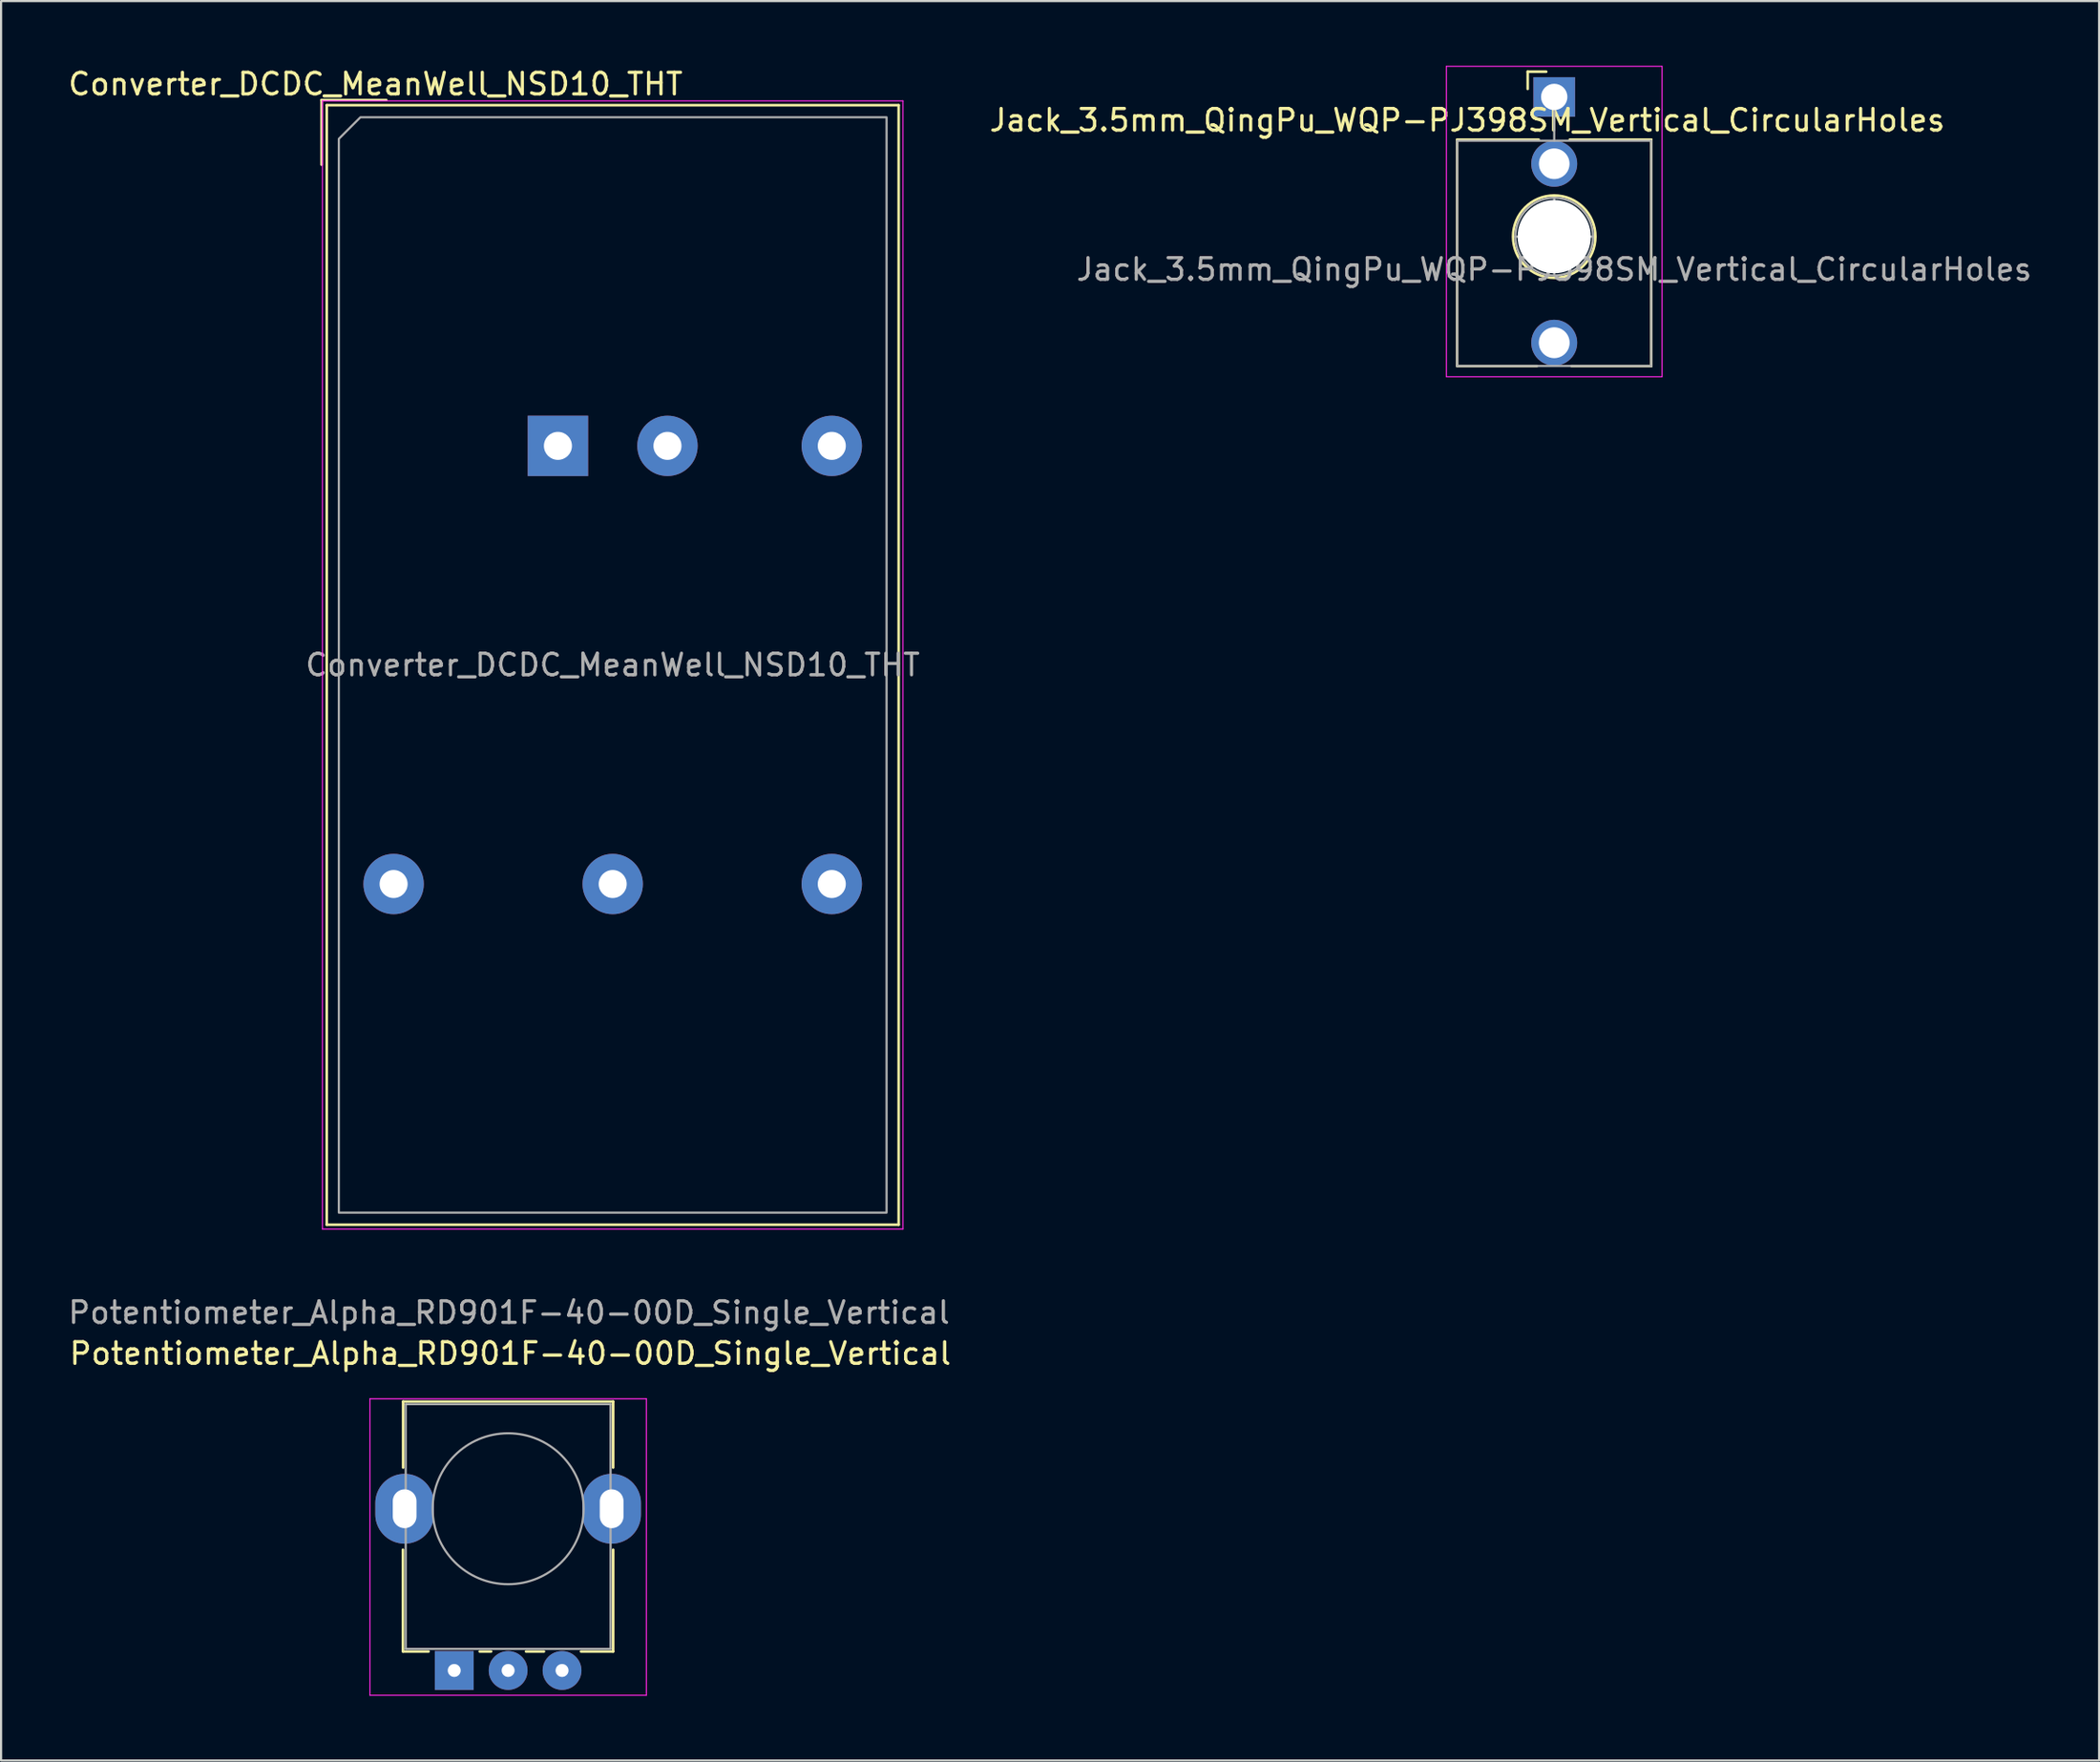
<source format=kicad_pcb>
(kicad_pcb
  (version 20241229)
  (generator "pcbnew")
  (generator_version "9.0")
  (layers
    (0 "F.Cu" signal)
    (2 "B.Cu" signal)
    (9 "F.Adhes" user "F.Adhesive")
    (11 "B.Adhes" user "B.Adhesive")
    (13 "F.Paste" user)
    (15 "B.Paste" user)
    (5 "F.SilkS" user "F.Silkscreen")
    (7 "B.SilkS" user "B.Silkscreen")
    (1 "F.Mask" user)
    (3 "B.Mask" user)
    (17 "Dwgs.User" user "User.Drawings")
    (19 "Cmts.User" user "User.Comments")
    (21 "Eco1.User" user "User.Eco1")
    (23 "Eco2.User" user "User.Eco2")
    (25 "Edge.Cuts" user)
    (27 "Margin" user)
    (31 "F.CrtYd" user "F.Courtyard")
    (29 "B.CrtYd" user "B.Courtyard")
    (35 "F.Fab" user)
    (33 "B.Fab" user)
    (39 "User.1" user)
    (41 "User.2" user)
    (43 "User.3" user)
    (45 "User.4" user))
  (footprint "Jack_3.5mm_QingPu_WQP-PJ398SM_Vertical_CircularHoles"
    (layer "F.Cu")
    (at 69.024 7.925)
    (property "Reference" "Jack_3.5mm_QingPu_WQP-PJ398SM_Vertical_CircularHoles" (at -4.03 -5.4 180) (layer "F.SilkS") (effects (font (size 1 1) (thickness 0.15))))
    (attr through_hole)
    (fp_line (start -4.5 -4.5) (end -4.5 6) (stroke (width 0.12) (type solid)) (layer "F.SilkS"))
    (fp_line (start -1.23 -7.65) (end -1.23 -6.85) (stroke (width 0.12) (type solid)) (layer "F.SilkS"))
    (fp_line (start -1.23 -7.65) (end -0.37 -7.65) (stroke (width 0.12) (type solid)) (layer "F.SilkS"))
    (fp_line (start -0.8 6) (end -4.5 6) (stroke (width 0.12) (type solid)) (layer "F.SilkS"))
    (fp_line (start -0.72 -4.5) (end -4.5 -4.5) (stroke (width 0.12) (type solid)) (layer "F.SilkS"))
    (fp_line (start 4.5 -4.5) (end 0.72 -4.5) (stroke (width 0.12) (type solid)) (layer "F.SilkS"))
    (fp_line (start 4.5 -4.5) (end 4.5 6) (stroke (width 0.12) (type solid)) (layer "F.SilkS"))
    (fp_line (start 4.5 6) (end 0.8 6) (stroke (width 0.12) (type solid)) (layer "F.SilkS"))
    (fp_circle (center 0 0) (end 1.9 -0.2) (stroke (width 0.12) (type solid)) (fill no) (layer "F.SilkS"))
    (fp_line (start -5 6.5) (end -5 -7.9) (stroke (width 0.05) (type solid)) (layer "F.CrtYd"))
    (fp_line (start 5 -7.9) (end -5 -7.9) (stroke (width 0.05) (type solid)) (layer "F.CrtYd"))
    (fp_line (start 5 6.5) (end -5 6.5) (stroke (width 0.05) (type solid)) (layer "F.CrtYd"))
    (fp_line (start 5 6.5) (end 5 -7.9) (stroke (width 0.05) (type solid)) (layer "F.CrtYd"))
    (fp_line (start -4.5 6) (end -4.5 -4.4) (stroke (width 0.1) (type solid)) (layer "F.Fab"))
    (fp_line (start 0 -6.48) (end 0 -4.45) (stroke (width 0.1) (type solid)) (layer "F.Fab"))
    (fp_line (start 0 -1.8) (end 0 1.8) (stroke (width 0.1) (type default)) (layer "F.Fab"))
    (fp_line (start 1.8 0) (end -1.8 0) (stroke (width 0.1) (type default)) (layer "F.Fab"))
    (fp_line (start 4.5 -4.45) (end -4.5 -4.45) (stroke (width 0.1) (type solid)) (layer "F.Fab"))
    (fp_line (start 4.5 6) (end -4.5 6) (stroke (width 0.1) (type solid)) (layer "F.Fab"))
    (fp_line (start 4.5 6) (end 4.5 -4.4) (stroke (width 0.1) (type solid)) (layer "F.Fab"))
    (fp_circle (center 0 0) (end 1.8 0) (stroke (width 0.1) (type solid)) (fill no) (layer "F.Fab"))
    (fp_text user "KEEPOUT" (at 0 0 0) (layer "Cmts.User") (effects (font (size 0.4 0.4) (thickness 0.051))))
    (fp_text user "${REFERENCE}" (at 0 1.52 180) (layer "F.Fab") (effects (font (size 1 1) (thickness 0.15))))
    (pad "" np_thru_hole circle (at 0 0) (size 3.4 3.4) (drill 3.4) (layers "*.Cu" "*.Mask"))
    (pad "S" thru_hole rect (at 0 -6.48 180) (size 1.93 1.83) (drill 1.22) (layers "*.Cu" "*.Mask"))
    (pad "T" thru_hole circle (at 0 4.92 180) (size 2.13 2.13) (drill 1.43) (layers "*.Cu" "*.Mask"))
    (pad "TN" thru_hole circle (at 0 -3.38 180) (size 2.13 2.13) (drill 1.42) (layers "*.Cu" "*.Mask"))
    (zone (net_name "") (layer "F.Cu") (hatch full 0.508) (connect_pads) (min_thickness 0.254) (filled_areas_thickness no) (keepout (tracks not_allowed) (vias not_allowed) (pads allowed) (copperpour not_allowed) (footprints not_allowed)) (placement (enabled no)) (fill) (polygon (pts (xy 70.529 7.925) (xy 70.509 7.679) (xy 70.449 7.44) (xy 70.351 7.214) (xy 70.217 7.007) (xy 70.051 6.824) (xy 69.857 6.671) (xy 69.641 6.552) (xy 69.409 6.47) (xy 69.166 6.427) (xy 68.919 6.424) (xy 68.675 6.461) (xy 68.441 6.537) (xy 68.222 6.651) (xy 68.025 6.799) (xy 67.854 6.978) (xy 67.715 7.182) (xy 67.611 7.405) (xy 67.546 7.643) (xy 67.519 7.888) (xy 67.534 8.134) (xy 67.588 8.375) (xy 67.681 8.604) (xy 67.809 8.814) (xy 67.971 9) (xy 68.161 9.158) (xy 68.374 9.282) (xy 68.604 9.37) (xy 68.846 9.42) (xy 69.092 9.429) (xy 69.337 9.397) (xy 69.573 9.326) (xy 69.795 9.218) (xy 69.996 9.075) (xy 70.17 8.901) (xy 70.314 8.7) (xy 70.423 8.479) (xy 70.495 8.243) (xy 70.527 7.999)))))
  (footprint "Potentiometer_Alpha_RD901F-40-00D_Single_Vertical"
    (layer "F.Cu")
    (at 20.514 66.921)
    (property "Reference" "Potentiometer_Alpha_RD901F-40-00D_Single_Vertical" (at 0.1 -7.2 180) (layer "F.SilkS") (effects (font (size 1 1) (thickness 0.15))))
    (attr through_hole)
    (fp_line (start -4.88 6.62) (end -4.88 1.9) (stroke (width 0.12) (type solid)) (layer "F.SilkS"))
    (fp_line (start -4.87 -1.91) (end -4.87 -4.97) (stroke (width 0.12) (type solid)) (layer "F.SilkS"))
    (fp_line (start -3.69 6.62) (end -4.87 6.62) (stroke (width 0.12) (type solid)) (layer "F.SilkS"))
    (fp_line (start -0.79 6.62) (end -1.32 6.62) (stroke (width 0.12) (type solid)) (layer "F.SilkS"))
    (fp_line (start 1.66 6.62) (end 0.83 6.62) (stroke (width 0.12) (type solid)) (layer "F.SilkS"))
    (fp_line (start 4.87 -4.97) (end -4.87 -4.97) (stroke (width 0.12) (type solid)) (layer "F.SilkS"))
    (fp_line (start 4.87 -1.91) (end 4.87 -4.97) (stroke (width 0.12) (type solid)) (layer "F.SilkS"))
    (fp_line (start 4.87 6.62) (end 3.38 6.62) (stroke (width 0.12) (type solid)) (layer "F.SilkS"))
    (fp_line (start 4.87 6.62) (end 4.87 1.9) (stroke (width 0.12) (type solid)) (layer "F.SilkS"))
    (fp_line (start -6.41 -5.1) (end -6.41 8.65) (stroke (width 0.05) (type solid)) (layer "F.CrtYd"))
    (fp_line (start -6.41 8.65) (end 6.41 8.65) (stroke (width 0.05) (type solid)) (layer "F.CrtYd"))
    (fp_line (start 6.41 -5.1) (end -6.41 -5.1) (stroke (width 0.05) (type solid)) (layer "F.CrtYd"))
    (fp_line (start 6.41 8.65) (end 6.41 -5.1) (stroke (width 0.05) (type solid)) (layer "F.CrtYd"))
    (fp_line (start -4.75 6.5) (end -4.75 -4.85) (stroke (width 0.1) (type solid)) (layer "F.Fab"))
    (fp_line (start 4.75 -4.85) (end -4.75 -4.85) (stroke (width 0.1) (type solid)) (layer "F.Fab"))
    (fp_line (start 4.75 6.5) (end -4.75 6.5) (stroke (width 0.1) (type solid)) (layer "F.Fab"))
    (fp_line (start 4.75 6.5) (end 4.75 -4.85) (stroke (width 0.1) (type solid)) (layer "F.Fab"))
    (fp_circle (center 0 0) (end -3.5 0) (stroke (width 0.1) (type solid)) (fill no) (layer "F.Fab"))
    (fp_text user "${REFERENCE}" (at 0.04 -9.1 180) (layer "F.Fab") (effects (font (size 1 1) (thickness 0.15))))
    (pad "" thru_hole oval (at -4.8 0 180) (size 2.72 3.24) (drill oval 1.1 1.8) (layers "*.Cu" "*.Mask"))
    (pad "" thru_hole oval (at 4.8 0 180) (size 2.72 3.24) (drill oval 1.1 1.8) (layers "*.Cu" "*.Mask"))
    (pad "1" thru_hole rect (at -2.5 7.5 180) (size 1.8 1.8) (drill 0.6) (layers "*.Cu" "*.Mask"))
    (pad "2" thru_hole circle (at 0 7.5 180) (size 1.8 1.8) (drill 0.6) (layers "*.Cu" "*.Mask"))
    (pad "3" thru_hole circle (at 2.5 7.5 180) (size 1.8 1.8) (drill 0.6) (layers "*.Cu" "*.Mask")))
  (footprint "Converter_DCDC_MeanWell_NSD10_THT"
    (layer "F.Cu")
    (at 22.823 17.628)
    (property "Reference" "Converter_DCDC_MeanWell_NSD10_THT" (at -8.46 -16.78 0) (layer "F.SilkS") (effects (font (size 1 1) (thickness 0.15))))
    (attr through_hole)
    (fp_line (start -10.96 -16.04) (end -7.96 -16.04) (stroke (width 0.12) (type solid)) (layer "F.SilkS"))
    (fp_line (start -10.96 -13.04) (end -10.96 -16.04) (stroke (width 0.12) (type solid)) (layer "F.SilkS"))
    (fp_line (start -10.72 -15.8) (end -10.72 36.12) (stroke (width 0.12) (type solid)) (layer "F.SilkS"))
    (fp_line (start -10.72 -15.8) (end 15.8 -15.8) (stroke (width 0.12) (type solid)) (layer "F.SilkS"))
    (fp_line (start -10.72 36.12) (end 15.8 36.12) (stroke (width 0.12) (type solid)) (layer "F.SilkS"))
    (fp_line (start 15.8 -15.8) (end 15.8 36.12) (stroke (width 0.12) (type solid)) (layer "F.SilkS"))
    (fp_line (start -10.92 -16) (end -10.92 36.32) (stroke (width 0.05) (type solid)) (layer "F.CrtYd"))
    (fp_line (start -10.92 36.32) (end 16 36.32) (stroke (width 0.05) (type solid)) (layer "F.CrtYd"))
    (fp_line (start 16 -16) (end -10.92 -16) (stroke (width 0.05) (type solid)) (layer "F.CrtYd"))
    (fp_line (start 16 36.32) (end 16 -16) (stroke (width 0.05) (type solid)) (layer "F.CrtYd"))
    (fp_poly (pts (xy -10.16 -14.24) (xy -10.16 35.56) (xy 15.24 35.56) (xy 15.24 -15.24) (xy -9.16 -15.24)) (stroke (width 0.1) (type solid)) (fill no) (layer "F.Fab"))
    (fp_text user "${REFERENCE}" (at 2.54 10.16 0) (layer "F.Fab") (effects (font (size 1 1) (thickness 0.15))))
    (pad "1" thru_hole rect (at 0 0) (size 2.8 2.8) (drill 1.3) (layers "*.Cu" "*.Mask"))
    (pad "2" thru_hole circle (at 5.08 0) (size 2.8 2.8) (drill 1.3) (layers "*.Cu" "*.Mask"))
    (pad "3" thru_hole circle (at -7.62 20.32) (size 2.8 2.8) (drill 1.3) (layers "*.Cu" "*.Mask"))
    (pad "4" thru_hole circle (at 2.54 20.32) (size 2.8 2.8) (drill 1.3) (layers "*.Cu" "*.Mask"))
    (pad "5" thru_hole circle (at 12.7 20.32) (size 2.8 2.8) (drill 1.3) (layers "*.Cu" "*.Mask"))
    (pad "6" thru_hole circle (at 12.7 0) (size 2.8 2.8) (drill 1.3) (layers "*.Cu" "*.Mask")))
  (gr_rect
    (start -3 -3)
    (end 94.292 78.597)
    (stroke (width 0.1) (type default))
    (fill no)
    (layer "Edge.Cuts")))
</source>
